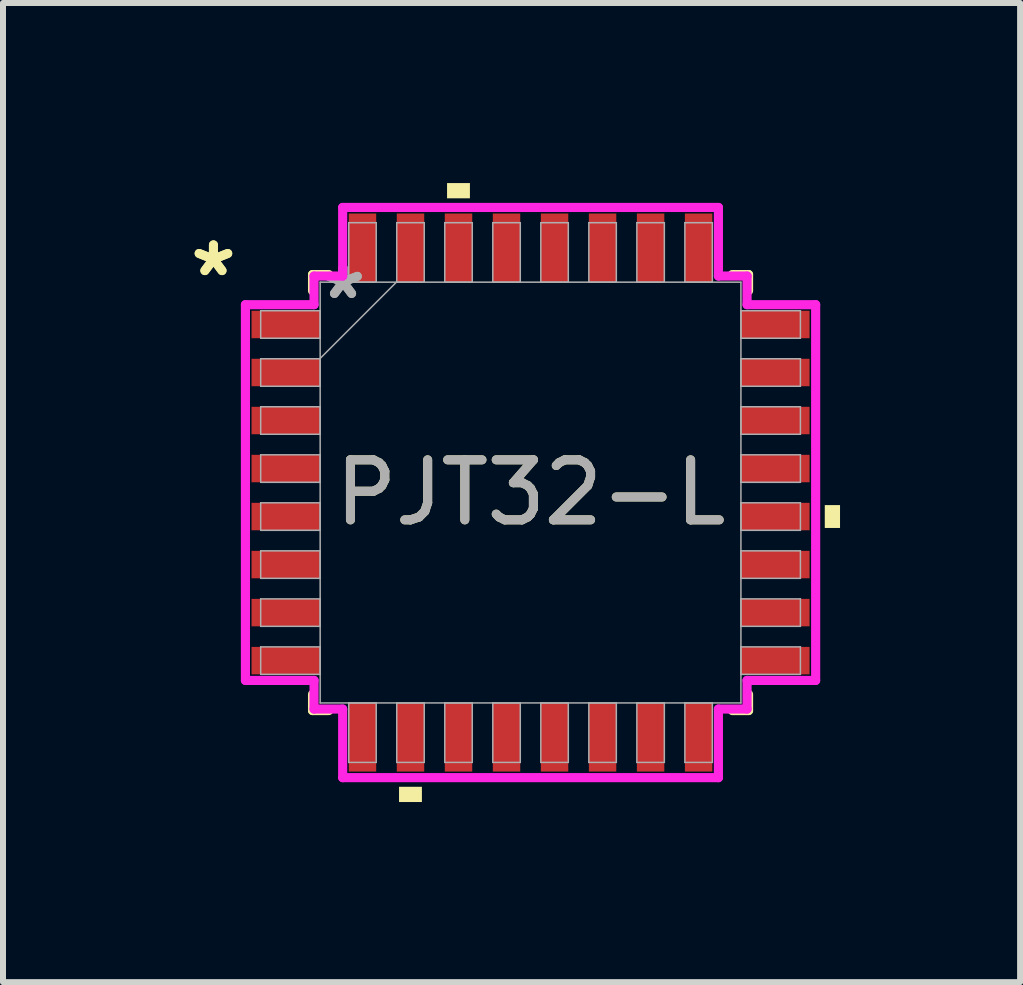
<source format=kicad_pcb>
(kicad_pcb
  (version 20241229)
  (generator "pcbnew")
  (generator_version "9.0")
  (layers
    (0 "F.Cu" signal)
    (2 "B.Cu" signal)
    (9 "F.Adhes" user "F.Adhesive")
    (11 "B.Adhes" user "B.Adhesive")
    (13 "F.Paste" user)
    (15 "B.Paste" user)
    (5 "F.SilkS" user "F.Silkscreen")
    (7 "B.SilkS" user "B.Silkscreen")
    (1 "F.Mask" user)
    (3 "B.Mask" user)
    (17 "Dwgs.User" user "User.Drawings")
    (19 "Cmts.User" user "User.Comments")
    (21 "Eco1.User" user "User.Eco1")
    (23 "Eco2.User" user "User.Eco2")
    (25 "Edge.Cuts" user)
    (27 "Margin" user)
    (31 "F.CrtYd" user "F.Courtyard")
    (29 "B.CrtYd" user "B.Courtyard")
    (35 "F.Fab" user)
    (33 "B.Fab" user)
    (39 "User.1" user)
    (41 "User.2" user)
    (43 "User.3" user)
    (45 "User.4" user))
  (footprint "PJT32-L"
    (layer "F.Cu")
    (at 5.789 5.156)
    (property "Reference" "PJT32-L" (at 0 0 0) (unlocked yes) (layer "F.SilkS") (effects (font (size 1 1) (thickness 0.15))))
    (attr smd)
    (fp_line (start -3.632 -3.632) (end -3.632 -3.361) (stroke (width 0.152) (type solid)) (layer "F.SilkS"))
    (fp_line (start -3.632 3.361) (end -3.632 3.632) (stroke (width 0.152) (type solid)) (layer "F.SilkS"))
    (fp_line (start -3.632 3.632) (end -3.361 3.632) (stroke (width 0.152) (type solid)) (layer "F.SilkS"))
    (fp_line (start -3.361 -3.632) (end -3.632 -3.632) (stroke (width 0.152) (type solid)) (layer "F.SilkS"))
    (fp_line (start 3.361 3.632) (end 3.632 3.632) (stroke (width 0.152) (type solid)) (layer "F.SilkS"))
    (fp_line (start 3.632 -3.632) (end 3.361 -3.632) (stroke (width 0.152) (type solid)) (layer "F.SilkS"))
    (fp_line (start 3.632 -3.361) (end 3.632 -3.632) (stroke (width 0.152) (type solid)) (layer "F.SilkS"))
    (fp_line (start 3.632 3.632) (end 3.632 3.361) (stroke (width 0.152) (type solid)) (layer "F.SilkS"))
    (fp_poly (pts (xy -2.191 4.902) (xy -2.191 5.156) (xy -1.81 5.156) (xy -1.81 4.902)) (stroke (width 0) (type solid)) (fill yes) (layer "F.SilkS"))
    (fp_poly (pts (xy -1.391 -4.902) (xy -1.391 -5.156) (xy -1.01 -5.156) (xy -1.01 -4.902)) (stroke (width 0) (type solid)) (fill yes) (layer "F.SilkS"))
    (fp_poly (pts (xy 5.156 0.209) (xy 5.156 0.59) (xy 4.902 0.59) (xy 4.902 0.209)) (stroke (width 0) (type solid)) (fill yes) (layer "F.SilkS"))
    (fp_line (start -4.75 -3.13) (end -3.607 -3.13) (stroke (width 0.152) (type solid)) (layer "F.CrtYd"))
    (fp_line (start -4.75 3.13) (end -4.75 -3.13) (stroke (width 0.152) (type solid)) (layer "F.CrtYd"))
    (fp_line (start -3.607 -3.607) (end -3.13 -3.607) (stroke (width 0.152) (type solid)) (layer "F.CrtYd"))
    (fp_line (start -3.607 -3.13) (end -3.607 -3.607) (stroke (width 0.152) (type solid)) (layer "F.CrtYd"))
    (fp_line (start -3.607 3.13) (end -4.75 3.13) (stroke (width 0.152) (type solid)) (layer "F.CrtYd"))
    (fp_line (start -3.607 3.607) (end -3.607 3.13) (stroke (width 0.152) (type solid)) (layer "F.CrtYd"))
    (fp_line (start -3.607 3.607) (end -3.13 3.607) (stroke (width 0.152) (type solid)) (layer "F.CrtYd"))
    (fp_line (start -3.13 -4.75) (end 3.13 -4.75) (stroke (width 0.152) (type solid)) (layer "F.CrtYd"))
    (fp_line (start -3.13 -3.607) (end -3.13 -4.75) (stroke (width 0.152) (type solid)) (layer "F.CrtYd"))
    (fp_line (start -3.13 3.607) (end -3.13 4.75) (stroke (width 0.152) (type solid)) (layer "F.CrtYd"))
    (fp_line (start -3.13 4.75) (end 3.13 4.75) (stroke (width 0.152) (type solid)) (layer "F.CrtYd"))
    (fp_line (start 3.13 -4.75) (end 3.13 -3.607) (stroke (width 0.152) (type solid)) (layer "F.CrtYd"))
    (fp_line (start 3.13 -3.607) (end 3.607 -3.607) (stroke (width 0.152) (type solid)) (layer "F.CrtYd"))
    (fp_line (start 3.13 3.607) (end 3.607 3.607) (stroke (width 0.152) (type solid)) (layer "F.CrtYd"))
    (fp_line (start 3.13 4.75) (end 3.13 3.607) (stroke (width 0.152) (type solid)) (layer "F.CrtYd"))
    (fp_line (start 3.607 -3.13) (end 3.607 -3.607) (stroke (width 0.152) (type solid)) (layer "F.CrtYd"))
    (fp_line (start 3.607 3.13) (end 4.75 3.13) (stroke (width 0.152) (type solid)) (layer "F.CrtYd"))
    (fp_line (start 3.607 3.607) (end 3.607 3.13) (stroke (width 0.152) (type solid)) (layer "F.CrtYd"))
    (fp_line (start 4.75 -3.13) (end 3.607 -3.13) (stroke (width 0.152) (type solid)) (layer "F.CrtYd"))
    (fp_line (start 4.75 3.13) (end 4.75 -3.13) (stroke (width 0.152) (type solid)) (layer "F.CrtYd"))
    (fp_line (start -4.496 -3.029) (end -4.496 -2.571) (stroke (width 0.025) (type solid)) (layer "F.Fab"))
    (fp_line (start -4.496 -2.571) (end -3.505 -2.571) (stroke (width 0.025) (type solid)) (layer "F.Fab"))
    (fp_line (start -4.496 -2.229) (end -4.496 -1.771) (stroke (width 0.025) (type solid)) (layer "F.Fab"))
    (fp_line (start -4.496 -1.771) (end -3.505 -1.771) (stroke (width 0.025) (type solid)) (layer "F.Fab"))
    (fp_line (start -4.496 -1.429) (end -4.496 -0.971) (stroke (width 0.025) (type solid)) (layer "F.Fab"))
    (fp_line (start -4.496 -0.971) (end -3.505 -0.971) (stroke (width 0.025) (type solid)) (layer "F.Fab"))
    (fp_line (start -4.496 -0.629) (end -4.496 -0.171) (stroke (width 0.025) (type solid)) (layer "F.Fab"))
    (fp_line (start -4.496 -0.171) (end -3.505 -0.171) (stroke (width 0.025) (type solid)) (layer "F.Fab"))
    (fp_line (start -4.496 0.171) (end -4.496 0.629) (stroke (width 0.025) (type solid)) (layer "F.Fab"))
    (fp_line (start -4.496 0.629) (end -3.505 0.629) (stroke (width 0.025) (type solid)) (layer "F.Fab"))
    (fp_line (start -4.496 0.971) (end -4.496 1.429) (stroke (width 0.025) (type solid)) (layer "F.Fab"))
    (fp_line (start -4.496 1.429) (end -3.505 1.429) (stroke (width 0.025) (type solid)) (layer "F.Fab"))
    (fp_line (start -4.496 1.771) (end -4.496 2.229) (stroke (width 0.025) (type solid)) (layer "F.Fab"))
    (fp_line (start -4.496 2.229) (end -3.505 2.229) (stroke (width 0.025) (type solid)) (layer "F.Fab"))
    (fp_line (start -4.496 2.571) (end -4.496 3.029) (stroke (width 0.025) (type solid)) (layer "F.Fab"))
    (fp_line (start -4.496 3.029) (end -3.505 3.029) (stroke (width 0.025) (type solid)) (layer "F.Fab"))
    (fp_line (start -3.505 -3.505) (end -3.505 3.505) (stroke (width 0.025) (type solid)) (layer "F.Fab"))
    (fp_line (start -3.505 -3.029) (end -4.496 -3.029) (stroke (width 0.025) (type solid)) (layer "F.Fab"))
    (fp_line (start -3.505 -2.571) (end -3.505 -3.029) (stroke (width 0.025) (type solid)) (layer "F.Fab"))
    (fp_line (start -3.505 -2.235) (end -2.235 -3.505) (stroke (width 0.025) (type solid)) (layer "F.Fab"))
    (fp_line (start -3.505 -2.229) (end -4.496 -2.229) (stroke (width 0.025) (type solid)) (layer "F.Fab"))
    (fp_line (start -3.505 -1.771) (end -3.505 -2.229) (stroke (width 0.025) (type solid)) (layer "F.Fab"))
    (fp_line (start -3.505 -1.429) (end -4.496 -1.429) (stroke (width 0.025) (type solid)) (layer "F.Fab"))
    (fp_line (start -3.505 -0.971) (end -3.505 -1.429) (stroke (width 0.025) (type solid)) (layer "F.Fab"))
    (fp_line (start -3.505 -0.629) (end -4.496 -0.629) (stroke (width 0.025) (type solid)) (layer "F.Fab"))
    (fp_line (start -3.505 -0.171) (end -3.505 -0.629) (stroke (width 0.025) (type solid)) (layer "F.Fab"))
    (fp_line (start -3.505 0.171) (end -4.496 0.171) (stroke (width 0.025) (type solid)) (layer "F.Fab"))
    (fp_line (start -3.505 0.629) (end -3.505 0.171) (stroke (width 0.025) (type solid)) (layer "F.Fab"))
    (fp_line (start -3.505 0.971) (end -4.496 0.971) (stroke (width 0.025) (type solid)) (layer "F.Fab"))
    (fp_line (start -3.505 1.429) (end -3.505 0.971) (stroke (width 0.025) (type solid)) (layer "F.Fab"))
    (fp_line (start -3.505 1.771) (end -4.496 1.771) (stroke (width 0.025) (type solid)) (layer "F.Fab"))
    (fp_line (start -3.505 2.229) (end -3.505 1.771) (stroke (width 0.025) (type solid)) (layer "F.Fab"))
    (fp_line (start -3.505 2.571) (end -4.496 2.571) (stroke (width 0.025) (type solid)) (layer "F.Fab"))
    (fp_line (start -3.505 3.029) (end -3.505 2.571) (stroke (width 0.025) (type solid)) (layer "F.Fab"))
    (fp_line (start -3.505 3.505) (end 3.505 3.505) (stroke (width 0.025) (type solid)) (layer "F.Fab"))
    (fp_line (start -3.029 -4.496) (end -3.029 -3.505) (stroke (width 0.025) (type solid)) (layer "F.Fab"))
    (fp_line (start -3.029 -3.505) (end -2.571 -3.505) (stroke (width 0.025) (type solid)) (layer "F.Fab"))
    (fp_line (start -3.029 3.505) (end -3.029 4.496) (stroke (width 0.025) (type solid)) (layer "F.Fab"))
    (fp_line (start -3.029 4.496) (end -2.571 4.496) (stroke (width 0.025) (type solid)) (layer "F.Fab"))
    (fp_line (start -2.571 -4.496) (end -3.029 -4.496) (stroke (width 0.025) (type solid)) (layer "F.Fab"))
    (fp_line (start -2.571 -3.505) (end -2.571 -4.496) (stroke (width 0.025) (type solid)) (layer "F.Fab"))
    (fp_line (start -2.571 3.505) (end -3.029 3.505) (stroke (width 0.025) (type solid)) (layer "F.Fab"))
    (fp_line (start -2.571 4.496) (end -2.571 3.505) (stroke (width 0.025) (type solid)) (layer "F.Fab"))
    (fp_line (start -2.229 -4.496) (end -2.229 -3.505) (stroke (width 0.025) (type solid)) (layer "F.Fab"))
    (fp_line (start -2.229 -3.505) (end -1.771 -3.505) (stroke (width 0.025) (type solid)) (layer "F.Fab"))
    (fp_line (start -2.229 3.505) (end -2.229 4.496) (stroke (width 0.025) (type solid)) (layer "F.Fab"))
    (fp_line (start -2.229 4.496) (end -1.771 4.496) (stroke (width 0.025) (type solid)) (layer "F.Fab"))
    (fp_line (start -1.771 -4.496) (end -2.229 -4.496) (stroke (width 0.025) (type solid)) (layer "F.Fab"))
    (fp_line (start -1.771 -3.505) (end -1.771 -4.496) (stroke (width 0.025) (type solid)) (layer "F.Fab"))
    (fp_line (start -1.771 3.505) (end -2.229 3.505) (stroke (width 0.025) (type solid)) (layer "F.Fab"))
    (fp_line (start -1.771 4.496) (end -1.771 3.505) (stroke (width 0.025) (type solid)) (layer "F.Fab"))
    (fp_line (start -1.429 -4.496) (end -1.429 -3.505) (stroke (width 0.025) (type solid)) (layer "F.Fab"))
    (fp_line (start -1.429 -3.505) (end -0.971 -3.505) (stroke (width 0.025) (type solid)) (layer "F.Fab"))
    (fp_line (start -1.429 3.505) (end -1.429 4.496) (stroke (width 0.025) (type solid)) (layer "F.Fab"))
    (fp_line (start -1.429 4.496) (end -0.971 4.496) (stroke (width 0.025) (type solid)) (layer "F.Fab"))
    (fp_line (start -0.971 -4.496) (end -1.429 -4.496) (stroke (width 0.025) (type solid)) (layer "F.Fab"))
    (fp_line (start -0.971 -3.505) (end -0.971 -4.496) (stroke (width 0.025) (type solid)) (layer "F.Fab"))
    (fp_line (start -0.971 3.505) (end -1.429 3.505) (stroke (width 0.025) (type solid)) (layer "F.Fab"))
    (fp_line (start -0.971 4.496) (end -0.971 3.505) (stroke (width 0.025) (type solid)) (layer "F.Fab"))
    (fp_line (start -0.629 -4.496) (end -0.629 -3.505) (stroke (width 0.025) (type solid)) (layer "F.Fab"))
    (fp_line (start -0.629 -3.505) (end -0.171 -3.505) (stroke (width 0.025) (type solid)) (layer "F.Fab"))
    (fp_line (start -0.629 3.505) (end -0.629 4.496) (stroke (width 0.025) (type solid)) (layer "F.Fab"))
    (fp_line (start -0.629 4.496) (end -0.171 4.496) (stroke (width 0.025) (type solid)) (layer "F.Fab"))
    (fp_line (start -0.171 -4.496) (end -0.629 -4.496) (stroke (width 0.025) (type solid)) (layer "F.Fab"))
    (fp_line (start -0.171 -3.505) (end -0.171 -4.496) (stroke (width 0.025) (type solid)) (layer "F.Fab"))
    (fp_line (start -0.171 3.505) (end -0.629 3.505) (stroke (width 0.025) (type solid)) (layer "F.Fab"))
    (fp_line (start -0.171 4.496) (end -0.171 3.505) (stroke (width 0.025) (type solid)) (layer "F.Fab"))
    (fp_line (start 0.171 -4.496) (end 0.171 -3.505) (stroke (width 0.025) (type solid)) (layer "F.Fab"))
    (fp_line (start 0.171 -3.505) (end 0.629 -3.505) (stroke (width 0.025) (type solid)) (layer "F.Fab"))
    (fp_line (start 0.171 3.505) (end 0.171 4.496) (stroke (width 0.025) (type solid)) (layer "F.Fab"))
    (fp_line (start 0.171 4.496) (end 0.629 4.496) (stroke (width 0.025) (type solid)) (layer "F.Fab"))
    (fp_line (start 0.629 -4.496) (end 0.171 -4.496) (stroke (width 0.025) (type solid)) (layer "F.Fab"))
    (fp_line (start 0.629 -3.505) (end 0.629 -4.496) (stroke (width 0.025) (type solid)) (layer "F.Fab"))
    (fp_line (start 0.629 3.505) (end 0.171 3.505) (stroke (width 0.025) (type solid)) (layer "F.Fab"))
    (fp_line (start 0.629 4.496) (end 0.629 3.505) (stroke (width 0.025) (type solid)) (layer "F.Fab"))
    (fp_line (start 0.971 -4.496) (end 0.971 -3.505) (stroke (width 0.025) (type solid)) (layer "F.Fab"))
    (fp_line (start 0.971 -3.505) (end 1.429 -3.505) (stroke (width 0.025) (type solid)) (layer "F.Fab"))
    (fp_line (start 0.971 3.505) (end 0.971 4.496) (stroke (width 0.025) (type solid)) (layer "F.Fab"))
    (fp_line (start 0.971 4.496) (end 1.429 4.496) (stroke (width 0.025) (type solid)) (layer "F.Fab"))
    (fp_line (start 1.429 -4.496) (end 0.971 -4.496) (stroke (width 0.025) (type solid)) (layer "F.Fab"))
    (fp_line (start 1.429 -3.505) (end 1.429 -4.496) (stroke (width 0.025) (type solid)) (layer "F.Fab"))
    (fp_line (start 1.429 3.505) (end 0.971 3.505) (stroke (width 0.025) (type solid)) (layer "F.Fab"))
    (fp_line (start 1.429 4.496) (end 1.429 3.505) (stroke (width 0.025) (type solid)) (layer "F.Fab"))
    (fp_line (start 1.771 -4.496) (end 1.771 -3.505) (stroke (width 0.025) (type solid)) (layer "F.Fab"))
    (fp_line (start 1.771 -3.505) (end 2.229 -3.505) (stroke (width 0.025) (type solid)) (layer "F.Fab"))
    (fp_line (start 1.771 3.505) (end 1.771 4.496) (stroke (width 0.025) (type solid)) (layer "F.Fab"))
    (fp_line (start 1.771 4.496) (end 2.229 4.496) (stroke (width 0.025) (type solid)) (layer "F.Fab"))
    (fp_line (start 2.229 -4.496) (end 1.771 -4.496) (stroke (width 0.025) (type solid)) (layer "F.Fab"))
    (fp_line (start 2.229 -3.505) (end 2.229 -4.496) (stroke (width 0.025) (type solid)) (layer "F.Fab"))
    (fp_line (start 2.229 3.505) (end 1.771 3.505) (stroke (width 0.025) (type solid)) (layer "F.Fab"))
    (fp_line (start 2.229 4.496) (end 2.229 3.505) (stroke (width 0.025) (type solid)) (layer "F.Fab"))
    (fp_line (start 2.571 -4.496) (end 2.571 -3.505) (stroke (width 0.025) (type solid)) (layer "F.Fab"))
    (fp_line (start 2.571 -3.505) (end 3.029 -3.505) (stroke (width 0.025) (type solid)) (layer "F.Fab"))
    (fp_line (start 2.571 3.505) (end 2.571 4.496) (stroke (width 0.025) (type solid)) (layer "F.Fab"))
    (fp_line (start 2.571 4.496) (end 3.029 4.496) (stroke (width 0.025) (type solid)) (layer "F.Fab"))
    (fp_line (start 3.029 -4.496) (end 2.571 -4.496) (stroke (width 0.025) (type solid)) (layer "F.Fab"))
    (fp_line (start 3.029 -3.505) (end 3.029 -4.496) (stroke (width 0.025) (type solid)) (layer "F.Fab"))
    (fp_line (start 3.029 3.505) (end 2.571 3.505) (stroke (width 0.025) (type solid)) (layer "F.Fab"))
    (fp_line (start 3.029 4.496) (end 3.029 3.505) (stroke (width 0.025) (type solid)) (layer "F.Fab"))
    (fp_line (start 3.505 -3.505) (end -3.505 -3.505) (stroke (width 0.025) (type solid)) (layer "F.Fab"))
    (fp_line (start 3.505 -3.029) (end 3.505 -2.571) (stroke (width 0.025) (type solid)) (layer "F.Fab"))
    (fp_line (start 3.505 -2.571) (end 4.496 -2.571) (stroke (width 0.025) (type solid)) (layer "F.Fab"))
    (fp_line (start 3.505 -2.229) (end 3.505 -1.771) (stroke (width 0.025) (type solid)) (layer "F.Fab"))
    (fp_line (start 3.505 -1.771) (end 4.496 -1.771) (stroke (width 0.025) (type solid)) (layer "F.Fab"))
    (fp_line (start 3.505 -1.429) (end 3.505 -0.971) (stroke (width 0.025) (type solid)) (layer "F.Fab"))
    (fp_line (start 3.505 -0.971) (end 4.496 -0.971) (stroke (width 0.025) (type solid)) (layer "F.Fab"))
    (fp_line (start 3.505 -0.629) (end 3.505 -0.171) (stroke (width 0.025) (type solid)) (layer "F.Fab"))
    (fp_line (start 3.505 -0.171) (end 4.496 -0.171) (stroke (width 0.025) (type solid)) (layer "F.Fab"))
    (fp_line (start 3.505 0.171) (end 3.505 0.629) (stroke (width 0.025) (type solid)) (layer "F.Fab"))
    (fp_line (start 3.505 0.629) (end 4.496 0.629) (stroke (width 0.025) (type solid)) (layer "F.Fab"))
    (fp_line (start 3.505 0.971) (end 3.505 1.429) (stroke (width 0.025) (type solid)) (layer "F.Fab"))
    (fp_line (start 3.505 1.429) (end 4.496 1.429) (stroke (width 0.025) (type solid)) (layer "F.Fab"))
    (fp_line (start 3.505 1.771) (end 3.505 2.229) (stroke (width 0.025) (type solid)) (layer "F.Fab"))
    (fp_line (start 3.505 2.229) (end 4.496 2.229) (stroke (width 0.025) (type solid)) (layer "F.Fab"))
    (fp_line (start 3.505 2.571) (end 3.505 3.029) (stroke (width 0.025) (type solid)) (layer "F.Fab"))
    (fp_line (start 3.505 3.029) (end 4.496 3.029) (stroke (width 0.025) (type solid)) (layer "F.Fab"))
    (fp_line (start 3.505 3.505) (end 3.505 -3.505) (stroke (width 0.025) (type solid)) (layer "F.Fab"))
    (fp_line (start 4.496 -3.029) (end 3.505 -3.029) (stroke (width 0.025) (type solid)) (layer "F.Fab"))
    (fp_line (start 4.496 -2.571) (end 4.496 -3.029) (stroke (width 0.025) (type solid)) (layer "F.Fab"))
    (fp_line (start 4.496 -2.229) (end 3.505 -2.229) (stroke (width 0.025) (type solid)) (layer "F.Fab"))
    (fp_line (start 4.496 -1.771) (end 4.496 -2.229) (stroke (width 0.025) (type solid)) (layer "F.Fab"))
    (fp_line (start 4.496 -1.429) (end 3.505 -1.429) (stroke (width 0.025) (type solid)) (layer "F.Fab"))
    (fp_line (start 4.496 -0.971) (end 4.496 -1.429) (stroke (width 0.025) (type solid)) (layer "F.Fab"))
    (fp_line (start 4.496 -0.629) (end 3.505 -0.629) (stroke (width 0.025) (type solid)) (layer "F.Fab"))
    (fp_line (start 4.496 -0.171) (end 4.496 -0.629) (stroke (width 0.025) (type solid)) (layer "F.Fab"))
    (fp_line (start 4.496 0.171) (end 3.505 0.171) (stroke (width 0.025) (type solid)) (layer "F.Fab"))
    (fp_line (start 4.496 0.629) (end 4.496 0.171) (stroke (width 0.025) (type solid)) (layer "F.Fab"))
    (fp_line (start 4.496 0.971) (end 3.505 0.971) (stroke (width 0.025) (type solid)) (layer "F.Fab"))
    (fp_line (start 4.496 1.429) (end 4.496 0.971) (stroke (width 0.025) (type solid)) (layer "F.Fab"))
    (fp_line (start 4.496 1.771) (end 3.505 1.771) (stroke (width 0.025) (type solid)) (layer "F.Fab"))
    (fp_line (start 4.496 2.229) (end 4.496 1.771) (stroke (width 0.025) (type solid)) (layer "F.Fab"))
    (fp_line (start 4.496 2.571) (end 3.505 2.571) (stroke (width 0.025) (type solid)) (layer "F.Fab"))
    (fp_line (start 4.496 3.029) (end 4.496 2.571) (stroke (width 0.025) (type solid)) (layer "F.Fab"))
    (fp_text user "*" (at -5.283 -3.581 0) (layer "F.SilkS") (effects (font (size 1 1) (thickness 0.15))))
    (fp_text user "*" (at -5.283 -3.581 0) (unlocked yes) (layer "F.SilkS") (effects (font (size 1 1) (thickness 0.15))))
    (fp_text user "${REFERENCE}" (at 0 0 0) (unlocked yes) (layer "F.Fab") (effects (font (size 1 1) (thickness 0.15))))
    (fp_text user "*" (at -3.124 -3.2 0) (unlocked yes) (layer "F.Fab") (effects (font (size 1 1) (thickness 0.15))))
    (fp_text user "*" (at -3.124 -3.2 0) (layer "F.Fab") (effects (font (size 1 1) (thickness 0.15))))
    (pad "1" smd rect (at -4.077 -2.8 90) (size 0.457 1.143) (layers "F.Cu" "F.Mask" "F.Paste"))
    (pad "2" smd rect (at -4.077 -2 90) (size 0.457 1.143) (layers "F.Cu" "F.Mask" "F.Paste"))
    (pad "3" smd rect (at -4.077 -1.2 90) (size 0.457 1.143) (layers "F.Cu" "F.Mask" "F.Paste"))
    (pad "4" smd rect (at -4.077 -0.4 90) (size 0.457 1.143) (layers "F.Cu" "F.Mask" "F.Paste"))
    (pad "5" smd rect (at -4.077 0.4 90) (size 0.457 1.143) (layers "F.Cu" "F.Mask" "F.Paste"))
    (pad "6" smd rect (at -4.077 1.2 90) (size 0.457 1.143) (layers "F.Cu" "F.Mask" "F.Paste"))
    (pad "7" smd rect (at -4.077 2 90) (size 0.457 1.143) (layers "F.Cu" "F.Mask" "F.Paste"))
    (pad "8" smd rect (at -4.077 2.8 90) (size 0.457 1.143) (layers "F.Cu" "F.Mask" "F.Paste"))
    (pad "9" smd rect (at -2.8 4.077) (size 0.457 1.143) (layers "F.Cu" "F.Mask" "F.Paste"))
    (pad "10" smd rect (at -2 4.077) (size 0.457 1.143) (layers "F.Cu" "F.Mask" "F.Paste"))
    (pad "11" smd rect (at -1.2 4.077) (size 0.457 1.143) (layers "F.Cu" "F.Mask" "F.Paste"))
    (pad "12" smd rect (at -0.4 4.077) (size 0.457 1.143) (layers "F.Cu" "F.Mask" "F.Paste"))
    (pad "13" smd rect (at 0.4 4.077) (size 0.457 1.143) (layers "F.Cu" "F.Mask" "F.Paste"))
    (pad "14" smd rect (at 1.2 4.077) (size 0.457 1.143) (layers "F.Cu" "F.Mask" "F.Paste"))
    (pad "15" smd rect (at 2 4.077) (size 0.457 1.143) (layers "F.Cu" "F.Mask" "F.Paste"))
    (pad "16" smd rect (at 2.8 4.077) (size 0.457 1.143) (layers "F.Cu" "F.Mask" "F.Paste"))
    (pad "17" smd rect (at 4.077 2.8 90) (size 0.457 1.143) (layers "F.Cu" "F.Mask" "F.Paste"))
    (pad "18" smd rect (at 4.077 2 90) (size 0.457 1.143) (layers "F.Cu" "F.Mask" "F.Paste"))
    (pad "19" smd rect (at 4.077 1.2 90) (size 0.457 1.143) (layers "F.Cu" "F.Mask" "F.Paste"))
    (pad "20" smd rect (at 4.077 0.4 90) (size 0.457 1.143) (layers "F.Cu" "F.Mask" "F.Paste"))
    (pad "21" smd rect (at 4.077 -0.4 90) (size 0.457 1.143) (layers "F.Cu" "F.Mask" "F.Paste"))
    (pad "22" smd rect (at 4.077 -1.2 90) (size 0.457 1.143) (layers "F.Cu" "F.Mask" "F.Paste"))
    (pad "23" smd rect (at 4.077 -2 90) (size 0.457 1.143) (layers "F.Cu" "F.Mask" "F.Paste"))
    (pad "24" smd rect (at 4.077 -2.8 90) (size 0.457 1.143) (layers "F.Cu" "F.Mask" "F.Paste"))
    (pad "25" smd rect (at 2.8 -4.077) (size 0.457 1.143) (layers "F.Cu" "F.Mask" "F.Paste"))
    (pad "26" smd rect (at 2 -4.077) (size 0.457 1.143) (layers "F.Cu" "F.Mask" "F.Paste"))
    (pad "27" smd rect (at 1.2 -4.077) (size 0.457 1.143) (layers "F.Cu" "F.Mask" "F.Paste"))
    (pad "28" smd rect (at 0.4 -4.077) (size 0.457 1.143) (layers "F.Cu" "F.Mask" "F.Paste"))
    (pad "29" smd rect (at -0.4 -4.077) (size 0.457 1.143) (layers "F.Cu" "F.Mask" "F.Paste"))
    (pad "30" smd rect (at -1.2 -4.077) (size 0.457 1.143) (layers "F.Cu" "F.Mask" "F.Paste"))
    (pad "31" smd rect (at -2 -4.077) (size 0.457 1.143) (layers "F.Cu" "F.Mask" "F.Paste"))
    (pad "32" smd rect (at -2.8 -4.077) (size 0.457 1.143) (layers "F.Cu" "F.Mask" "F.Paste")))
  (gr_rect
    (start -3 -3)
    (end 13.945 13.312)
    (stroke (width 0.1) (type default))
    (fill no)
    (layer "Edge.Cuts")))
</source>
